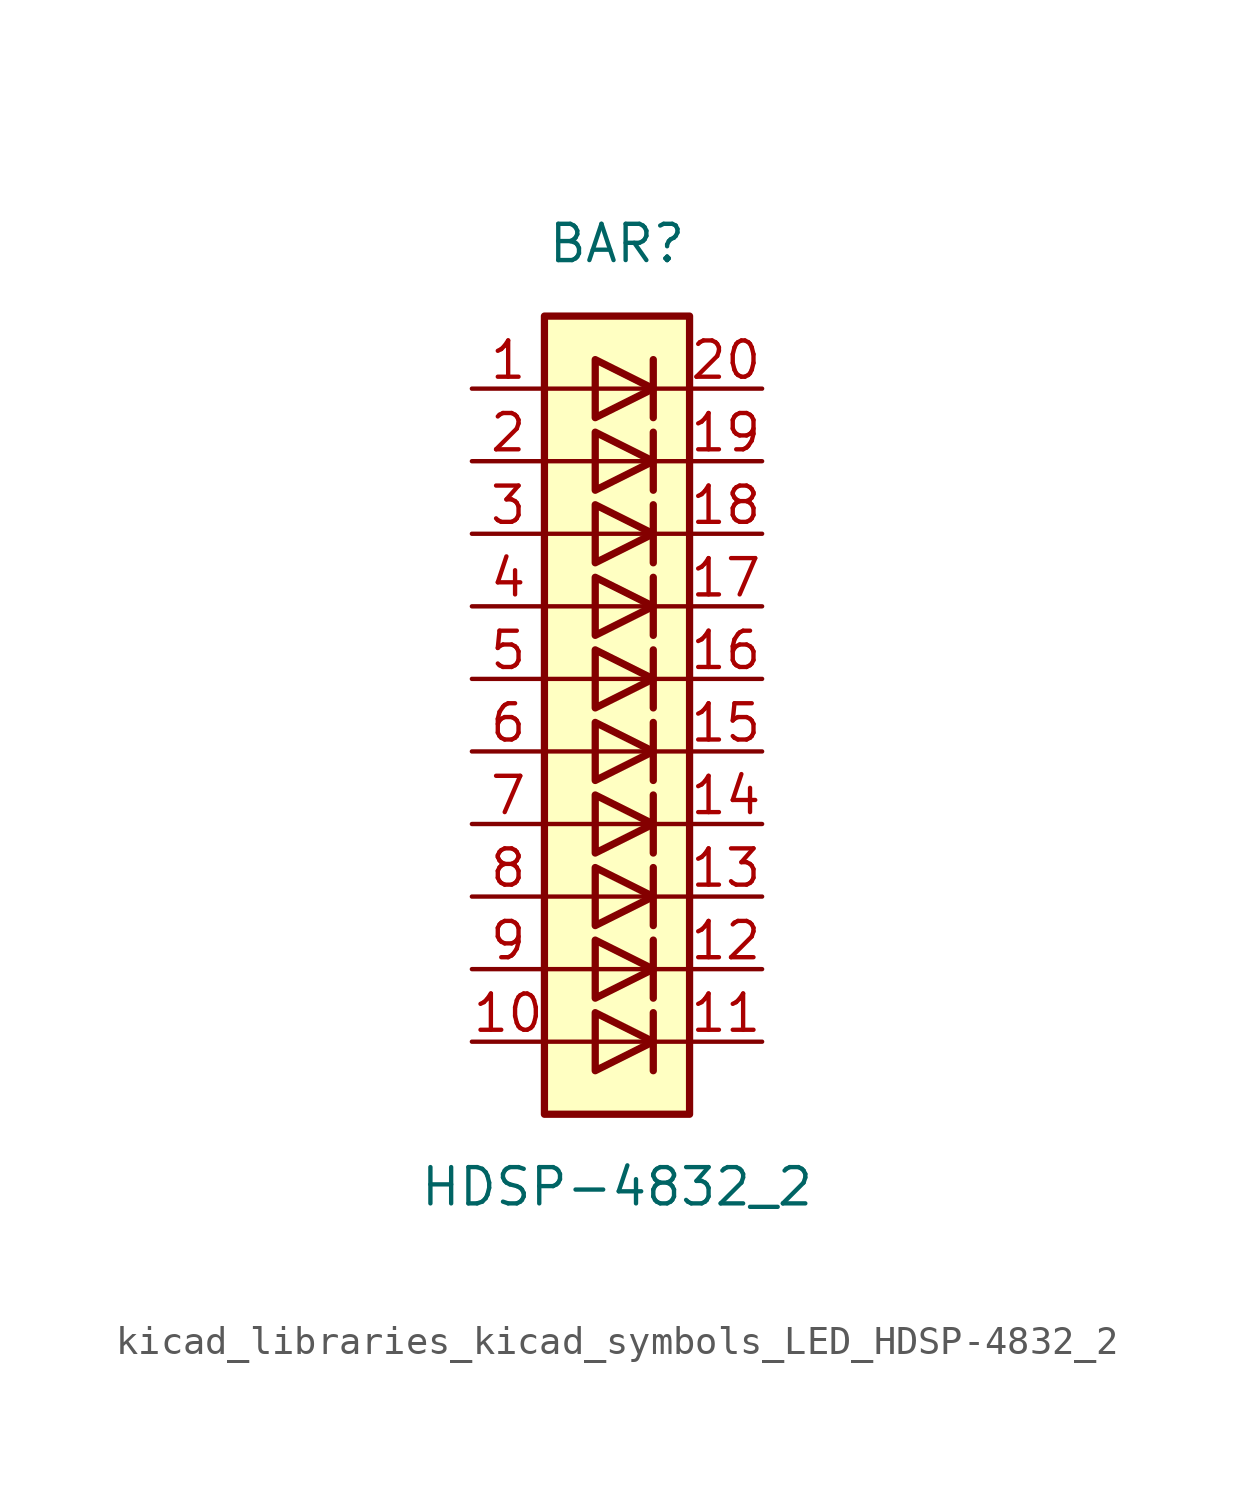
<source format=kicad_sym>
(kicad_symbol_lib
  (version 20220914)
  (generator kicad_symbol_editor)
  (symbol "kicad_libraries_kicad_symbols_LED_HDSP-4832_2"
    (pin_names
      (offset 1.016) hide)
    (property "Reference" "BAR"
      (at 0 15.24 0)
      (effects (font (size 1.27 1.27))))
    (property "Value" "HDSP-4832_2"
      (at 0 -17.78 0)
      (effects (font (size 1.27 1.27))))
    (symbol "kicad_libraries_kicad_symbols_LED_HDSP-4832_2_0_1"
      (rectangle (start -2.54 12.7) (end 2.54 -15.24) (stroke (width 0.254) (type default)) (fill (type background)))
      (polyline (pts (xy -2.54 -12.7) (xy 2.54 -12.7)) (stroke (width 0) (type default)) (fill (type none)))
      (polyline (pts (xy -2.54 -10.16) (xy 2.54 -10.16)) (stroke (width 0) (type default)) (fill (type none)))
      (polyline (pts (xy -2.54 -7.62) (xy 2.54 -7.62)) (stroke (width 0) (type default)) (fill (type none)))
      (polyline (pts (xy -2.54 -5.08) (xy 2.54 -5.08)) (stroke (width 0) (type default)) (fill (type none)))
      (polyline (pts (xy -2.54 0) (xy 2.54 0)) (stroke (width 0) (type default)) (fill (type none)))
      (polyline (pts (xy -2.54 5.08) (xy 2.54 5.08)) (stroke (width 0) (type default)) (fill (type none)))
      (polyline (pts (xy -2.54 7.62) (xy 2.54 7.62)) (stroke (width 0) (type default)) (fill (type none)))
      (polyline (pts (xy -2.54 10.16) (xy 2.54 10.16)) (stroke (width 0) (type default)) (fill (type none)))
      (polyline (pts (xy 1.27 -11.684) (xy 1.27 -13.716)) (stroke (width 0.254) (type default)) (fill (type none)))
      (polyline (pts (xy 1.27 -9.144) (xy 1.27 -11.176)) (stroke (width 0.254) (type default)) (fill (type none)))
      (polyline (pts (xy 1.27 -6.604) (xy 1.27 -8.636)) (stroke (width 0.254) (type default)) (fill (type none)))
      (polyline (pts (xy 1.27 -4.064) (xy 1.27 -6.096)) (stroke (width 0.254) (type default)) (fill (type none)))
      (polyline (pts (xy 1.27 -1.524) (xy 1.27 -3.556)) (stroke (width 0.254) (type default)) (fill (type none)))
      (polyline (pts (xy 1.27 1.016) (xy 1.27 -1.016)) (stroke (width 0.254) (type default)) (fill (type none)))
      (polyline (pts (xy 1.27 3.556) (xy 1.27 1.524)) (stroke (width 0.254) (type default)) (fill (type none)))
      (polyline (pts (xy 1.27 6.096) (xy 1.27 4.064)) (stroke (width 0.254) (type default)) (fill (type none)))
      (polyline (pts (xy 1.27 8.636) (xy 1.27 6.604)) (stroke (width 0.254) (type default)) (fill (type none)))
      (polyline (pts (xy 1.27 11.176) (xy 1.27 9.144)) (stroke (width 0.254) (type default)) (fill (type none)))
      (polyline (pts (xy 2.54 -2.54) (xy -2.54 -2.54)) (stroke (width 0) (type default)) (fill (type none)))
      (polyline (pts (xy 2.54 2.54) (xy -2.54 2.54)) (stroke (width 0) (type default)) (fill (type none)))
      (polyline (pts (xy -0.762 -11.684) (xy -0.762 -13.716) (xy 1.27 -12.7) (xy -0.762 -11.684)) (stroke (width 0.254) (type default)) (fill (type none)))
      (polyline (pts (xy -0.762 -9.144) (xy -0.762 -11.176) (xy 1.27 -10.16) (xy -0.762 -9.144)) (stroke (width 0.254) (type default)) (fill (type none)))
      (polyline (pts (xy -0.762 -6.604) (xy -0.762 -8.636) (xy 1.27 -7.62) (xy -0.762 -6.604)) (stroke (width 0.254) (type default)) (fill (type none)))
      (polyline (pts (xy -0.762 -4.064) (xy -0.762 -6.096) (xy 1.27 -5.08) (xy -0.762 -4.064)) (stroke (width 0.254) (type default)) (fill (type none)))
      (polyline (pts (xy -0.762 -1.524) (xy -0.762 -3.556) (xy 1.27 -2.54) (xy -0.762 -1.524)) (stroke (width 0.254) (type default)) (fill (type none)))
      (polyline (pts (xy -0.762 1.016) (xy -0.762 -1.016) (xy 1.27 0) (xy -0.762 1.016)) (stroke (width 0.254) (type default)) (fill (type none)))
      (polyline (pts (xy -0.762 3.556) (xy -0.762 1.524) (xy 1.27 2.54) (xy -0.762 3.556)) (stroke (width 0.254) (type default)) (fill (type none)))
      (polyline (pts (xy -0.762 6.096) (xy -0.762 4.064) (xy 1.27 5.08) (xy -0.762 6.096)) (stroke (width 0.254) (type default)) (fill (type none)))
      (polyline (pts (xy -0.762 8.636) (xy -0.762 6.604) (xy 1.27 7.62) (xy -0.762 8.636)) (stroke (width 0.254) (type default)) (fill (type none)))
      (polyline (pts (xy -0.762 11.176) (xy -0.762 9.144) (xy 1.27 10.16) (xy -0.762 11.176)) (stroke (width 0.254) (type default)) (fill (type none))))
    (symbol "kicad_libraries_kicad_symbols_LED_HDSP-4832_2_1_1"
      (pin passive line (at -5.08 10.16 0) (length 2.54) (name "A" (effects (font (size 1.27 1.27)))) (number "1" (effects (font (size 1.27 1.27)))))
      (pin passive line (at -5.08 -12.7 0) (length 2.54) (name "A" (effects (font (size 1.27 1.27)))) (number "10" (effects (font (size 1.27 1.27)))))
      (pin passive line (at 5.08 -12.7 180) (length 2.54) (name "K" (effects (font (size 1.27 1.27)))) (number "11" (effects (font (size 1.27 1.27)))))
      (pin passive line (at 5.08 -10.16 180) (length 2.54) (name "K" (effects (font (size 1.27 1.27)))) (number "12" (effects (font (size 1.27 1.27)))))
      (pin passive line (at 5.08 -7.62 180) (length 2.54) (name "K" (effects (font (size 1.27 1.27)))) (number "13" (effects (font (size 1.27 1.27)))))
      (pin passive line (at 5.08 -5.08 180) (length 2.54) (name "K" (effects (font (size 1.27 1.27)))) (number "14" (effects (font (size 1.27 1.27)))))
      (pin passive line (at 5.08 -2.54 180) (length 2.54) (name "K" (effects (font (size 1.27 1.27)))) (number "15" (effects (font (size 1.27 1.27)))))
      (pin passive line (at 5.08 0 180) (length 2.54) (name "K" (effects (font (size 1.27 1.27)))) (number "16" (effects (font (size 1.27 1.27)))))
      (pin passive line (at 5.08 2.54 180) (length 2.54) (name "K" (effects (font (size 1.27 1.27)))) (number "17" (effects (font (size 1.27 1.27)))))
      (pin passive line (at 5.08 5.08 180) (length 2.54) (name "K" (effects (font (size 1.27 1.27)))) (number "18" (effects (font (size 1.27 1.27)))))
      (pin passive line (at 5.08 7.62 180) (length 2.54) (name "K" (effects (font (size 1.27 1.27)))) (number "19" (effects (font (size 1.27 1.27)))))
      (pin passive line (at -5.08 7.62 0) (length 2.54) (name "A" (effects (font (size 1.27 1.27)))) (number "2" (effects (font (size 1.27 1.27)))))
      (pin passive line (at 5.08 10.16 180) (length 2.54) (name "K" (effects (font (size 1.27 1.27)))) (number "20" (effects (font (size 1.27 1.27)))))
      (pin passive line (at -5.08 5.08 0) (length 2.54) (name "A" (effects (font (size 1.27 1.27)))) (number "3" (effects (font (size 1.27 1.27)))))
      (pin passive line (at -5.08 2.54 0) (length 2.54) (name "A" (effects (font (size 1.27 1.27)))) (number "4" (effects (font (size 1.27 1.27)))))
      (pin passive line (at -5.08 0 0) (length 2.54) (name "A" (effects (font (size 1.27 1.27)))) (number "5" (effects (font (size 1.27 1.27)))))
      (pin passive line (at -5.08 -2.54 0) (length 2.54) (name "A" (effects (font (size 1.27 1.27)))) (number "6" (effects (font (size 1.27 1.27)))))
      (pin passive line (at -5.08 -5.08 0) (length 2.54) (name "A" (effects (font (size 1.27 1.27)))) (number "7" (effects (font (size 1.27 1.27)))))
      (pin passive line (at -5.08 -7.62 0) (length 2.54) (name "A" (effects (font (size 1.27 1.27)))) (number "8" (effects (font (size 1.27 1.27)))))
      (pin passive line (at -5.08 -10.16 0) (length 2.54) (name "A" (effects (font (size 1.27 1.27)))) (number "9" (effects (font (size 1.27 1.27))))))))
</source>
